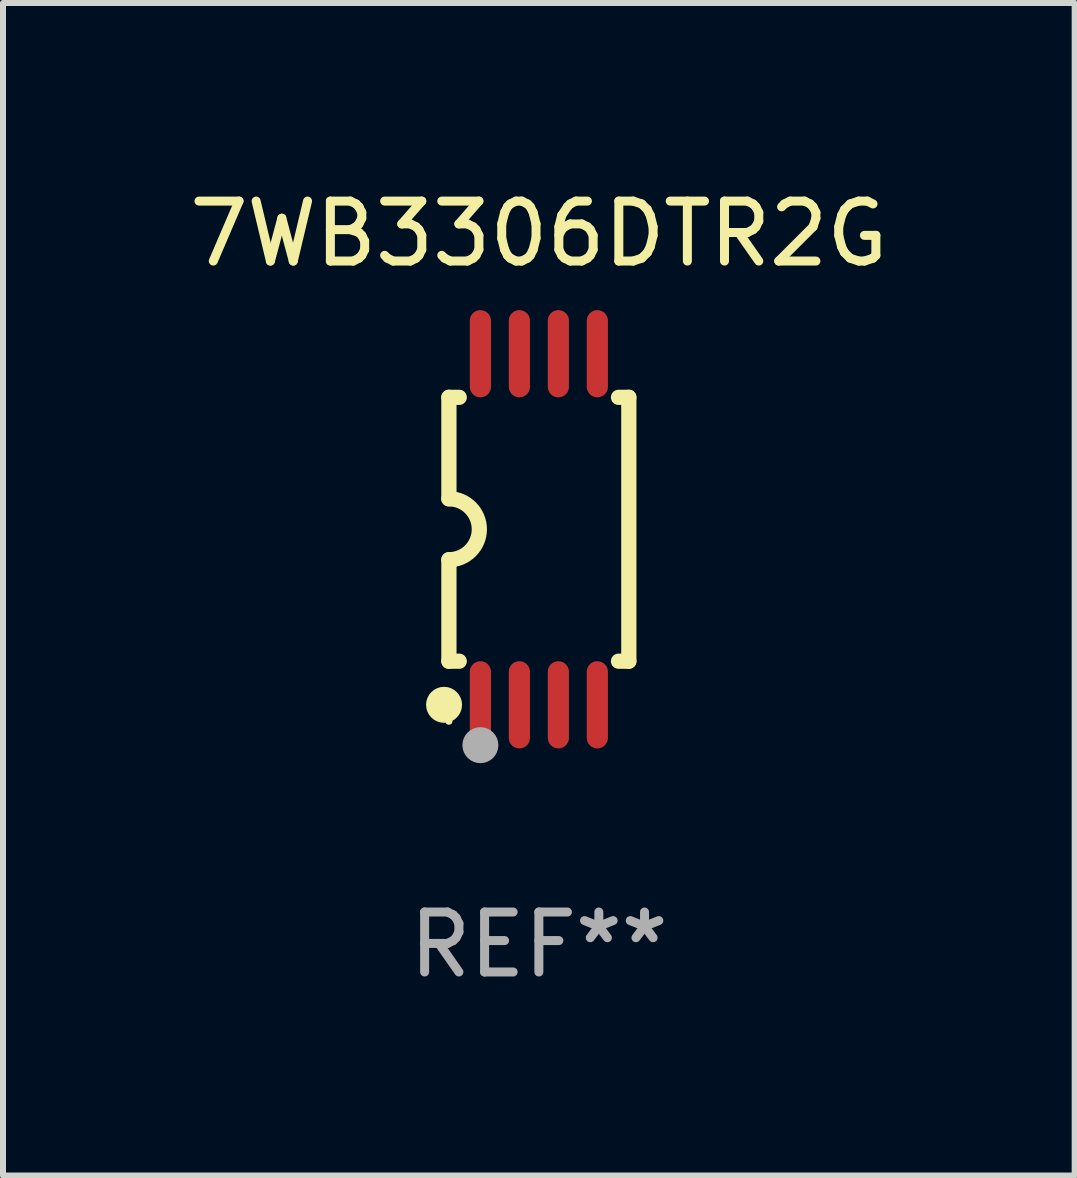
<source format=kicad_pcb>
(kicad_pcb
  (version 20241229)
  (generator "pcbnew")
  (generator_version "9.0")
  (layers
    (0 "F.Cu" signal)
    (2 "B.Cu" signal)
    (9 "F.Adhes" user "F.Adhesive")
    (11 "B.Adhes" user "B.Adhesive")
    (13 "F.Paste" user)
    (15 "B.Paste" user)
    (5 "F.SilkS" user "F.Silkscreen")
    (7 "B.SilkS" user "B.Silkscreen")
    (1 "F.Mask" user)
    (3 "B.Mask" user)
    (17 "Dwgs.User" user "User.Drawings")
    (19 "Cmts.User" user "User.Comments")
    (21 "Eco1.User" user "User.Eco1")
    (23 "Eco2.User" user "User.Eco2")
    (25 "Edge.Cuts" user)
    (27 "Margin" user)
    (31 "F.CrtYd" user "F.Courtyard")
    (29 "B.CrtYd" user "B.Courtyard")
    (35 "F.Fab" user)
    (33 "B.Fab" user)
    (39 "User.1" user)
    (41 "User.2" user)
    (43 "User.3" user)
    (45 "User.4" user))
  (footprint "7WB3306DTR2G"
    (layer "F.Cu")
    (at 5.935 5.775)
    (property "Reference" "7WB3306DTR2G" (at 0 -4.927 0) (layer "F.SilkS") (effects (font (size 1 1) (thickness 0.15))))
    (attr through_hole)
    (fp_line (start -1.5 -2.2) (end -1.5 -0.508) (stroke (width 0.254) (type solid)) (layer "F.SilkS"))
    (fp_line (start -1.5 -2.2) (end -1.328 -2.2) (stroke (width 0.254) (type solid)) (layer "F.SilkS"))
    (fp_line (start -1.5 2.2) (end -1.5 0.508) (stroke (width 0.254) (type solid)) (layer "F.SilkS"))
    (fp_line (start -1.5 2.2) (end -1.328 2.2) (stroke (width 0.254) (type solid)) (layer "F.SilkS"))
    (fp_line (start 1.328 -2.2) (end 1.5 -2.2) (stroke (width 0.254) (type solid)) (layer "F.SilkS"))
    (fp_line (start 1.328 2.2) (end 1.5 2.2) (stroke (width 0.254) (type solid)) (layer "F.SilkS"))
    (fp_line (start 1.5 -2.2) (end 1.5 2.2) (stroke (width 0.254) (type solid)) (layer "F.SilkS"))
    (fp_arc (start -1.501144 -0.508) (mid -0.993143 -0.000571) (end -1.5 0.508001) (stroke (width 0.254001) (type solid)) (layer "F.SilkS"))
    (fp_circle (center -1.581 2.927) (end -1.431 2.927) (stroke (width 0.3) (type solid)) (fill no) (layer "F.SilkS"))
    (fp_circle (center -1.5 3.2) (end -1.47 3.2) (stroke (width 0.06) (type solid)) (fill no) (layer "F.SilkS"))
    (fp_circle (center -0.975 3.6) (end -0.825 3.6) (stroke (width 0.3) (type solid)) (fill no) (layer "F.Fab"))
    (fp_text user "REF**" (at 0 6.927 0) (layer "F.Fab") (effects (font (size 1 1) (thickness 0.15))))
    (pad "1" smd oval (at -0.975 2.927) (size 0.353 1.454) (layers "F.Cu" "F.Mask" "F.Paste"))
    (pad "2" smd oval (at -0.325 2.927) (size 0.353 1.454) (layers "F.Cu" "F.Mask" "F.Paste"))
    (pad "3" smd oval (at 0.325 2.927) (size 0.353 1.454) (layers "F.Cu" "F.Mask" "F.Paste"))
    (pad "4" smd oval (at 0.975 2.927) (size 0.353 1.454) (layers "F.Cu" "F.Mask" "F.Paste"))
    (pad "5" smd oval (at 0.975 -2.927) (size 0.353 1.454) (layers "F.Cu" "F.Mask" "F.Paste"))
    (pad "6" smd oval (at 0.325 -2.927) (size 0.353 1.454) (layers "F.Cu" "F.Mask" "F.Paste"))
    (pad "7" smd oval (at -0.325 -2.927) (size 0.353 1.454) (layers "F.Cu" "F.Mask" "F.Paste"))
    (pad "8" smd oval (at -0.975 -2.927) (size 0.353 1.454) (layers "F.Cu" "F.Mask" "F.Paste")))
  (gr_rect
    (start -3 -3)
    (end 14.869 16.551)
    (stroke (width 0.1) (type default))
    (fill no)
    (layer "Edge.Cuts")))
</source>
